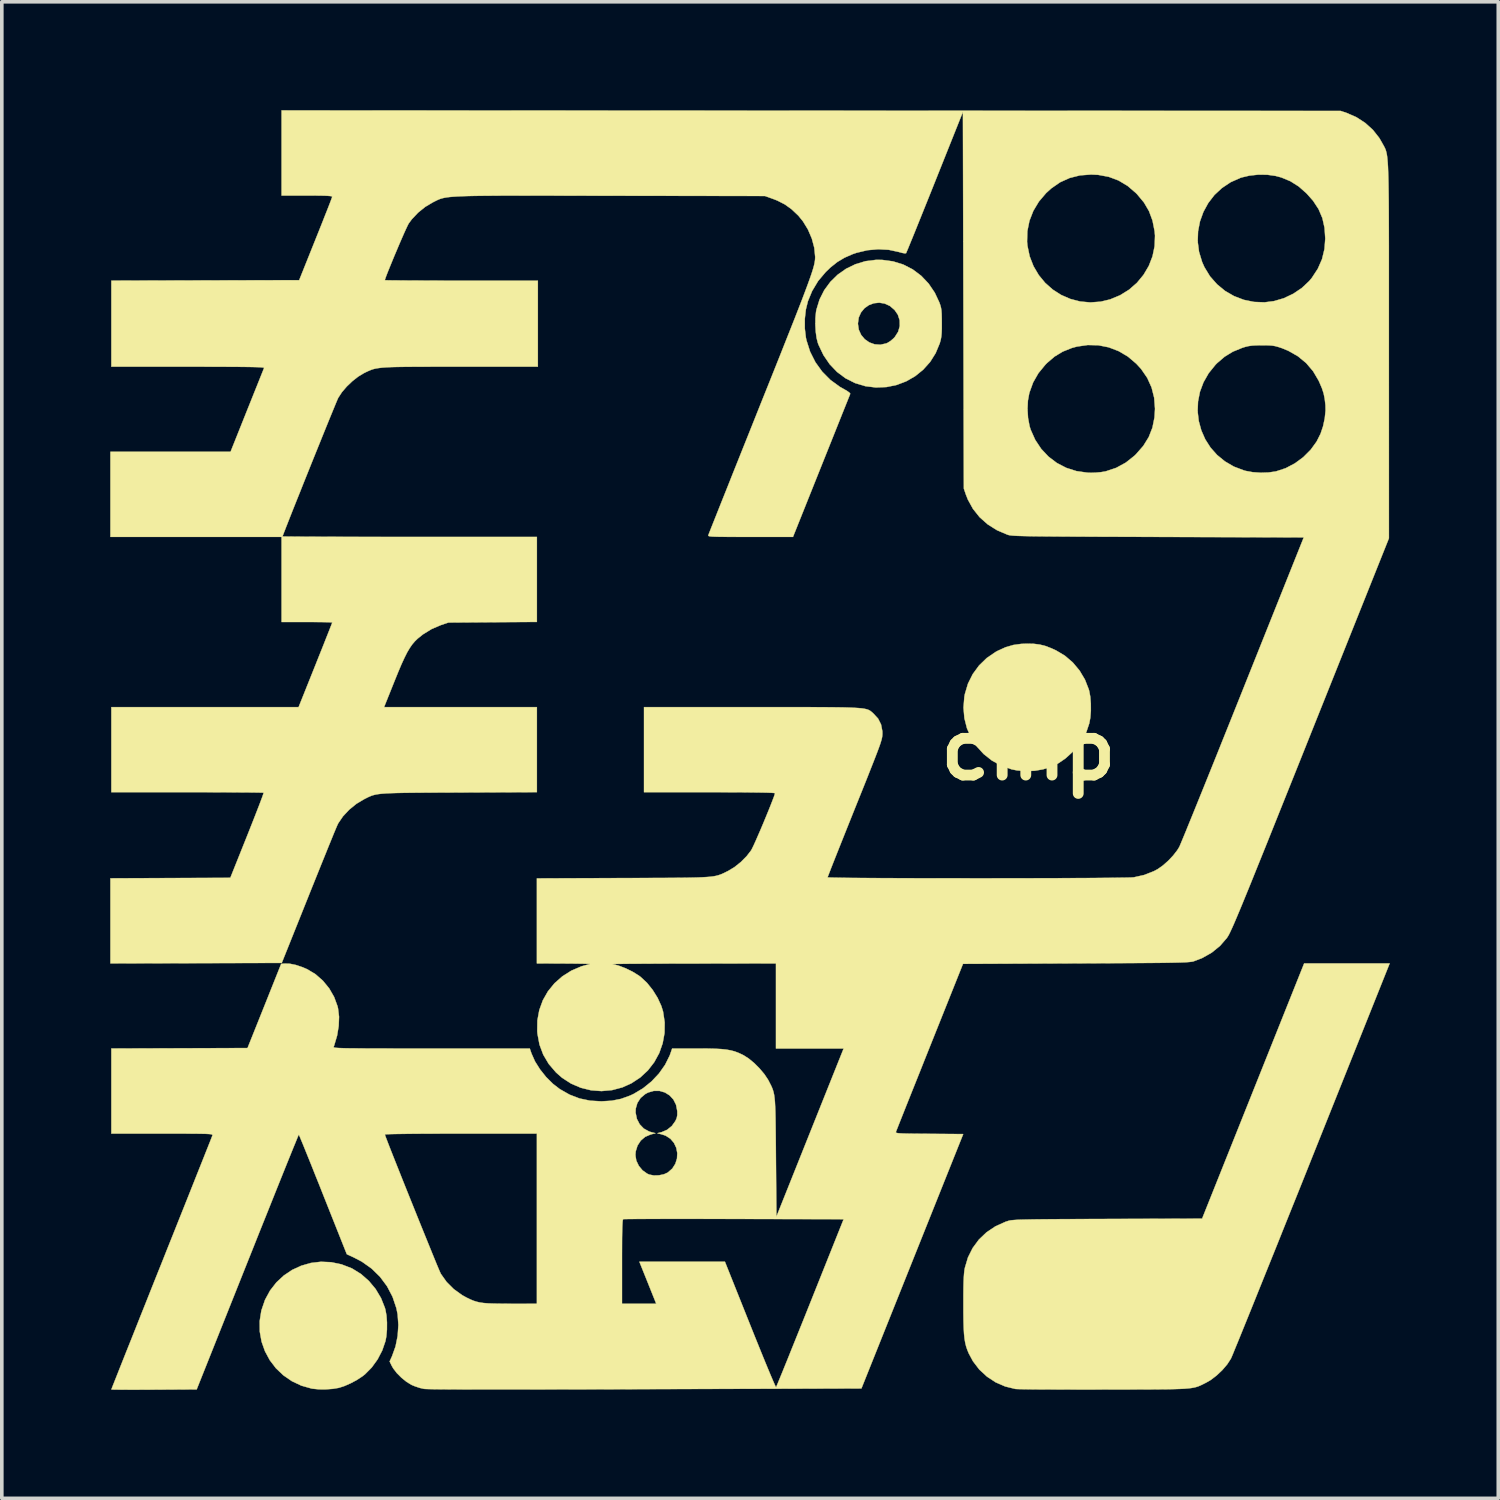
<source format=kicad_pcb>
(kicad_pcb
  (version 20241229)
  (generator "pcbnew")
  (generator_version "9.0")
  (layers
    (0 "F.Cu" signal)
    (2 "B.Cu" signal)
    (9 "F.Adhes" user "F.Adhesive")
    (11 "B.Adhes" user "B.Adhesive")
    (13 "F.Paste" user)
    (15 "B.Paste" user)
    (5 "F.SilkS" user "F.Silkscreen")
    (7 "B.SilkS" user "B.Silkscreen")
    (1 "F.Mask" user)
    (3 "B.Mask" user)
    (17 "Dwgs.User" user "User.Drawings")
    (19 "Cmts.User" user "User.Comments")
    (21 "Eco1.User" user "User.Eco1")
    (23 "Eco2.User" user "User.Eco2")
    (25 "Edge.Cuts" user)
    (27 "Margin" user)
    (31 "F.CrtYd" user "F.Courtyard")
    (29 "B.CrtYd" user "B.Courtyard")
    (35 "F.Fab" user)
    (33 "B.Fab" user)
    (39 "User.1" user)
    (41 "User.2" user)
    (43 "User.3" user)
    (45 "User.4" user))
  (footprint "chip"
    (layer "F.Cu")
    (at 25.405 17.706)
    (property "Reference" "chip" (at 0 0 0) (layer "F.SilkS") (effects (font (size 1.524 1.524) (thickness 0.3))))
    (attr through_hole)
    (fp_poly (pts (xy -19.292 14.168) (xy -19.008 14.227) (xy -18.728 14.335) (xy -18.706 14.346) (xy -18.466 14.495) (xy -18.249 14.686) (xy -18.062 14.91) (xy -17.913 15.16) (xy -17.807 15.426) (xy -17.792 15.478) (xy -17.762 15.641) (xy -17.748 15.834) (xy -17.749 16.035) (xy -17.766 16.224) (xy -17.79 16.351) (xy -17.879 16.61) (xy -18.008 16.857) (xy -18.169 17.08) (xy -18.355 17.268) (xy -18.423 17.322) (xy -18.577 17.424) (xy -18.753 17.518) (xy -18.928 17.595) (xy -19.08 17.644) (xy -19.248 17.672) (xy -19.441 17.686) (xy -19.635 17.685) (xy -19.806 17.668) (xy -19.831 17.664) (xy -20.118 17.583) (xy -20.38 17.459) (xy -20.615 17.297) (xy -20.82 17.102) (xy -20.99 16.879) (xy -21.123 16.632) (xy -21.217 16.367) (xy -21.267 16.088) (xy -21.27 15.8) (xy -21.224 15.509) (xy -21.22 15.495) (xy -21.122 15.209) (xy -20.983 14.953) (xy -20.808 14.728) (xy -20.603 14.537) (xy -20.373 14.382) (xy -20.121 14.266) (xy -19.854 14.189) (xy -19.576 14.156) (xy -19.292 14.168)) (stroke (width 0.01) (type solid)) (fill yes) (layer "F.SilkS"))
    (fp_poly (pts (xy 0.151 -2.942) (xy 0.315 -2.921) (xy 0.471 -2.882) (xy 0.637 -2.818) (xy 0.762 -2.761) (xy 1.007 -2.615) (xy 1.227 -2.427) (xy 1.414 -2.204) (xy 1.564 -1.953) (xy 1.67 -1.682) (xy 1.682 -1.64) (xy 1.712 -1.479) (xy 1.727 -1.287) (xy 1.728 -1.087) (xy 1.713 -0.897) (xy 1.684 -0.741) (xy 1.601 -0.494) (xy 1.486 -0.274) (xy 1.332 -0.068) (xy 1.218 0.054) (xy 1.02 0.233) (xy 0.822 0.367) (xy 0.609 0.467) (xy 0.407 0.53) (xy 0.176 0.57) (xy -0.073 0.58) (xy -0.317 0.56) (xy -0.466 0.53) (xy -0.753 0.429) (xy -1.012 0.286) (xy -1.238 0.107) (xy -1.431 -0.105) (xy -1.585 -0.344) (xy -1.7 -0.605) (xy -1.771 -0.884) (xy -1.796 -1.176) (xy -1.772 -1.477) (xy -1.758 -1.552) (xy -1.672 -1.84) (xy -1.54 -2.105) (xy -1.365 -2.343) (xy -1.152 -2.55) (xy -0.904 -2.719) (xy -0.85 -2.748) (xy -0.633 -2.847) (xy -0.423 -2.909) (xy -0.199 -2.94) (xy -0.04 -2.946) (xy 0.151 -2.942)) (stroke (width 0.01) (type solid)) (fill yes) (layer "F.SilkS"))
    (fp_poly (pts (xy -4.048 -13.565) (xy -3.746 -13.524) (xy -3.462 -13.436) (xy -3.201 -13.302) (xy -2.966 -13.125) (xy -2.762 -12.91) (xy -2.591 -12.658) (xy -2.465 -12.389) (xy -2.438 -12.313) (xy -2.419 -12.243) (xy -2.407 -12.168) (xy -2.4 -12.074) (xy -2.397 -11.95) (xy -2.396 -11.827) (xy -2.396 -11.664) (xy -2.401 -11.54) (xy -2.41 -11.443) (xy -2.425 -11.359) (xy -2.448 -11.276) (xy -2.453 -11.258) (xy -2.566 -10.986) (xy -2.72 -10.741) (xy -2.911 -10.528) (xy -3.132 -10.349) (xy -3.378 -10.207) (xy -3.645 -10.105) (xy -3.927 -10.047) (xy -4.219 -10.035) (xy -4.511 -10.071) (xy -4.797 -10.157) (xy -5.059 -10.289) (xy -5.294 -10.464) (xy -5.499 -10.679) (xy -5.671 -10.931) (xy -5.807 -11.217) (xy -5.827 -11.271) (xy -5.861 -11.406) (xy -5.884 -11.576) (xy -5.895 -11.764) (xy -5.894 -11.8) (xy -4.718 -11.8) (xy -4.694 -11.634) (xy -4.628 -11.489) (xy -4.528 -11.37) (xy -4.4 -11.281) (xy -4.254 -11.229) (xy -4.097 -11.218) (xy -3.937 -11.253) (xy -3.901 -11.268) (xy -3.82 -11.318) (xy -3.735 -11.39) (xy -3.697 -11.43) (xy -3.604 -11.576) (xy -3.559 -11.734) (xy -3.562 -11.894) (xy -3.613 -12.05) (xy -3.703 -12.18) (xy -3.833 -12.291) (xy -3.977 -12.357) (xy -4.127 -12.381) (xy -4.275 -12.366) (xy -4.414 -12.314) (xy -4.535 -12.229) (xy -4.631 -12.113) (xy -4.695 -11.97) (xy -4.718 -11.802) (xy -4.718 -11.8) (xy -5.894 -11.8) (xy -5.893 -11.951) (xy -5.877 -12.121) (xy -5.865 -12.188) (xy -5.779 -12.469) (xy -5.649 -12.727) (xy -5.48 -12.957) (xy -5.277 -13.156) (xy -5.044 -13.32) (xy -4.787 -13.445) (xy -4.51 -13.529) (xy -4.218 -13.566) (xy -4.048 -13.565)) (stroke (width 0.01) (type solid)) (fill yes) (layer "F.SilkS"))
    (fp_poly (pts (xy 7.84 11.291) (xy 7.635 11.805) (xy 7.434 12.306) (xy 7.238 12.793) (xy 7.049 13.264) (xy 6.868 13.717) (xy 6.694 14.148) (xy 6.53 14.555) (xy 6.376 14.937) (xy 6.234 15.291) (xy 6.103 15.615) (xy 5.985 15.906) (xy 5.881 16.162) (xy 5.792 16.381) (xy 5.718 16.56) (xy 5.662 16.698) (xy 5.623 16.791) (xy 5.602 16.838) (xy 5.6 16.841) (xy 5.5 16.995) (xy 5.364 17.154) (xy 5.206 17.303) (xy 5.042 17.428) (xy 4.921 17.498) (xy 4.858 17.53) (xy 4.802 17.558) (xy 4.75 17.582) (xy 4.699 17.603) (xy 4.644 17.621) (xy 4.582 17.636) (xy 4.509 17.649) (xy 4.422 17.659) (xy 4.317 17.668) (xy 4.191 17.674) (xy 4.04 17.679) (xy 3.86 17.683) (xy 3.648 17.685) (xy 3.399 17.687) (xy 3.112 17.688) (xy 2.781 17.689) (xy 2.403 17.689) (xy 2.103 17.69) (xy 1.754 17.691) (xy 1.417 17.691) (xy 1.097 17.69) (xy 0.798 17.689) (xy 0.524 17.688) (xy 0.28 17.687) (xy 0.068 17.685) (xy -0.106 17.682) (xy -0.238 17.68) (xy -0.325 17.677) (xy -0.36 17.675) (xy -0.642 17.606) (xy -0.907 17.491) (xy -1.147 17.333) (xy -1.359 17.137) (xy -1.534 16.908) (xy -1.652 16.688) (xy -1.691 16.593) (xy -1.723 16.499) (xy -1.748 16.398) (xy -1.767 16.283) (xy -1.781 16.148) (xy -1.79 15.987) (xy -1.796 15.791) (xy -1.799 15.555) (xy -1.799 15.333) (xy -1.799 15.081) (xy -1.797 14.876) (xy -1.793 14.71) (xy -1.787 14.578) (xy -1.779 14.471) (xy -1.769 14.385) (xy -1.757 14.321) (xy -1.672 14.035) (xy -1.542 13.775) (xy -1.37 13.542) (xy -1.16 13.342) (xy -0.915 13.177) (xy -0.639 13.052) (xy -0.554 13.024) (xy -0.527 13.017) (xy -0.492 13.01) (xy -0.447 13.005) (xy -0.388 13) (xy -0.313 12.995) (xy -0.219 12.991) (xy -0.101 12.988) (xy 0.043 12.985) (xy 0.217 12.982) (xy 0.423 12.98) (xy 0.665 12.978) (xy 0.946 12.976) (xy 1.269 12.975) (xy 1.638 12.973) (xy 2.056 12.972) (xy 2.198 12.971) (xy 4.806 12.963) (xy 7.63 5.9) (xy 9.996 5.9) (xy 7.84 11.291)) (stroke (width 0.01) (type solid)) (fill yes) (layer "F.SilkS"))
    (fp_poly (pts (xy -6.013 -17.694) (xy 8.639 -17.687) (xy 8.811 -17.629) (xy 9.077 -17.512) (xy 9.32 -17.354) (xy 9.533 -17.161) (xy 9.708 -16.939) (xy 9.784 -16.808) (xy 9.806 -16.767) (xy 9.827 -16.731) (xy 9.845 -16.697) (xy 9.862 -16.664) (xy 9.878 -16.628) (xy 9.892 -16.589) (xy 9.904 -16.543) (xy 9.916 -16.488) (xy 9.926 -16.423) (xy 9.934 -16.344) (xy 9.942 -16.25) (xy 9.949 -16.138) (xy 9.954 -16.006) (xy 9.959 -15.852) (xy 9.963 -15.673) (xy 9.966 -15.467) (xy 9.969 -15.233) (xy 9.971 -14.967) (xy 9.972 -14.668) (xy 9.973 -14.333) (xy 9.974 -13.96) (xy 9.974 -13.547) (xy 9.974 -13.091) (xy 9.974 -12.591) (xy 9.974 -12.043) (xy 9.974 -11.446) (xy 9.974 -11.06) (xy 9.975 -5.862) (xy 7.802 -0.429) (xy 7.557 0.184) (xy 7.33 0.751) (xy 7.121 1.272) (xy 6.93 1.749) (xy 6.755 2.186) (xy 6.596 2.583) (xy 6.451 2.942) (xy 6.32 3.266) (xy 6.203 3.557) (xy 6.098 3.816) (xy 6.004 4.045) (xy 5.922 4.246) (xy 5.849 4.422) (xy 5.785 4.574) (xy 5.73 4.704) (xy 5.683 4.814) (xy 5.642 4.906) (xy 5.607 4.982) (xy 5.578 5.044) (xy 5.553 5.094) (xy 5.531 5.134) (xy 5.512 5.165) (xy 5.495 5.19) (xy 5.494 5.193) (xy 5.303 5.414) (xy 5.074 5.601) (xy 4.814 5.749) (xy 4.576 5.841) (xy 4.551 5.848) (xy 4.518 5.854) (xy 4.476 5.859) (xy 4.422 5.864) (xy 4.352 5.869) (xy 4.264 5.873) (xy 4.155 5.876) (xy 4.022 5.879) (xy 3.861 5.882) (xy 3.671 5.885) (xy 3.447 5.887) (xy 3.188 5.889) (xy 2.891 5.891) (xy 2.551 5.893) (xy 2.167 5.895) (xy 1.736 5.897) (xy 1.311 5.899) (xy -1.81 5.913) (xy -2.731 8.215) (xy -2.864 8.548) (xy -2.991 8.868) (xy -3.112 9.17) (xy -3.225 9.452) (xy -3.328 9.71) (xy -3.42 9.941) (xy -3.499 10.14) (xy -3.565 10.306) (xy -3.615 10.433) (xy -3.649 10.519) (xy -3.665 10.56) (xy -3.666 10.563) (xy -3.667 10.575) (xy -3.659 10.585) (xy -3.635 10.593) (xy -3.592 10.599) (xy -3.524 10.604) (xy -3.426 10.608) (xy -3.293 10.611) (xy -3.121 10.613) (xy -2.904 10.615) (xy -2.743 10.616) (xy -1.804 10.623) (xy -3.212 14.142) (xy -4.62 17.661) (xy -10.585 17.68) (xy -11.359 17.683) (xy -12.081 17.685) (xy -12.75 17.686) (xy -13.367 17.687) (xy -13.931 17.688) (xy -14.443 17.688) (xy -14.903 17.688) (xy -15.311 17.688) (xy -15.667 17.687) (xy -15.971 17.686) (xy -16.224 17.684) (xy -16.426 17.682) (xy -16.576 17.679) (xy -16.674 17.676) (xy -16.722 17.673) (xy -16.84 17.646) (xy -16.972 17.602) (xy -17.066 17.563) (xy -17.205 17.479) (xy -17.346 17.365) (xy -17.475 17.236) (xy -17.576 17.104) (xy -17.615 17.036) (xy -17.674 16.914) (xy -17.608 16.769) (xy -17.511 16.499) (xy -17.452 16.206) (xy -17.432 15.905) (xy -17.453 15.611) (xy -17.488 15.438) (xy -17.594 15.123) (xy -17.746 14.833) (xy -17.94 14.572) (xy -18.173 14.344) (xy -18.442 14.153) (xy -18.666 14.036) (xy -18.859 13.947) (xy -19.517 12.293) (xy -19.628 12.012) (xy -19.735 11.747) (xy -19.833 11.5) (xy -19.923 11.277) (xy -20.003 11.08) (xy -20.07 10.914) (xy -20.124 10.784) (xy -20.162 10.692) (xy -20.184 10.644) (xy -20.188 10.637) (xy -20.199 10.661) (xy -20.229 10.732) (xy -20.275 10.846) (xy -20.339 11.001) (xy -20.417 11.194) (xy -20.51 11.423) (xy -20.615 11.684) (xy -20.732 11.975) (xy -20.86 12.294) (xy -20.997 12.637) (xy -21.143 13.001) (xy -21.297 13.385) (xy -21.456 13.785) (xy -21.607 14.162) (xy -23.013 17.687) (xy -24.193 17.694) (xy -24.438 17.695) (xy -24.665 17.696) (xy -24.869 17.696) (xy -25.046 17.695) (xy -25.191 17.694) (xy -25.296 17.693) (xy -25.359 17.69) (xy -25.374 17.688) (xy -25.364 17.663) (xy -25.336 17.591) (xy -25.29 17.475) (xy -25.228 17.319) (xy -25.151 17.124) (xy -25.06 16.895) (xy -24.956 16.633) (xy -24.839 16.341) (xy -24.712 16.022) (xy -24.576 15.679) (xy -24.43 15.314) (xy -24.278 14.931) (xy -24.119 14.532) (xy -23.981 14.189) (xy -23.818 13.778) (xy -23.659 13.381) (xy -23.507 12.999) (xy -23.362 12.636) (xy -23.226 12.295) (xy -23.1 11.978) (xy -22.985 11.688) (xy -22.881 11.428) (xy -22.791 11.201) (xy -22.715 11.01) (xy -22.654 10.857) (xy -22.61 10.745) (xy -22.584 10.677) (xy -22.576 10.656) (xy -22.576 10.646) (xy -22.583 10.637) (xy -22.591 10.634) (xy -17.806 10.634) (xy -17.797 10.665) (xy -17.769 10.74) (xy -17.725 10.855) (xy -17.667 11.005) (xy -17.596 11.185) (xy -17.514 11.392) (xy -17.423 11.62) (xy -17.326 11.865) (xy -17.223 12.122) (xy -17.117 12.386) (xy -17.009 12.654) (xy -16.902 12.92) (xy -16.797 13.18) (xy -16.696 13.429) (xy -16.601 13.663) (xy -16.514 13.877) (xy -16.437 14.066) (xy -16.371 14.227) (xy -16.318 14.353) (xy -16.28 14.441) (xy -16.259 14.486) (xy -16.258 14.489) (xy -16.099 14.713) (xy -15.899 14.913) (xy -15.669 15.079) (xy -15.544 15.148) (xy -15.447 15.195) (xy -15.359 15.232) (xy -15.273 15.26) (xy -15.181 15.282) (xy -15.076 15.297) (xy -14.949 15.307) (xy -14.793 15.313) (xy -14.6 15.316) (xy -14.363 15.318) (xy -14.334 15.318) (xy -13.6 15.319) (xy -13.6 14.154) (xy -11.245 14.154) (xy -11.245 15.319) (xy -10.297 15.319) (xy -10.53 14.737) (xy -10.764 14.155) (xy -8.397 14.155) (xy -7.699 15.902) (xy -7.584 16.189) (xy -7.474 16.461) (xy -7.371 16.715) (xy -7.277 16.945) (xy -7.193 17.148) (xy -7.121 17.32) (xy -7.062 17.458) (xy -7.018 17.558) (xy -6.991 17.615) (xy -6.982 17.628) (xy -6.97 17.601) (xy -6.939 17.528) (xy -6.892 17.413) (xy -6.829 17.26) (xy -6.752 17.07) (xy -6.662 16.849) (xy -6.562 16.599) (xy -6.451 16.324) (xy -6.332 16.028) (xy -6.205 15.713) (xy -6.073 15.383) (xy -6.037 15.293) (xy -5.112 12.978) (xy -8.145 12.971) (xy -8.542 12.97) (xy -8.924 12.97) (xy -9.288 12.969) (xy -9.631 12.969) (xy -9.949 12.969) (xy -10.239 12.97) (xy -10.498 12.97) (xy -10.723 12.971) (xy -10.909 12.972) (xy -11.053 12.973) (xy -11.153 12.975) (xy -11.205 12.976) (xy -11.212 12.977) (xy -11.22 12.991) (xy -11.227 13.03) (xy -11.232 13.096) (xy -11.237 13.195) (xy -11.24 13.329) (xy -11.243 13.502) (xy -11.244 13.719) (xy -11.245 13.982) (xy -11.245 14.154) (xy -13.6 14.154) (xy -13.6 11.208) (xy -10.874 11.208) (xy -10.849 11.358) (xy -10.78 11.502) (xy -10.677 11.626) (xy -10.548 11.718) (xy -10.491 11.743) (xy -10.366 11.768) (xy -10.223 11.764) (xy -10.084 11.735) (xy -9.978 11.687) (xy -9.853 11.577) (xy -9.769 11.445) (xy -9.723 11.299) (xy -9.715 11.149) (xy -9.743 11.002) (xy -9.807 10.867) (xy -9.904 10.753) (xy -10.034 10.668) (xy -10.13 10.635) (xy -10.267 10.599) (xy -10.147 10.569) (xy -9.997 10.505) (xy -9.866 10.399) (xy -9.769 10.264) (xy -9.731 10.18) (xy -9.715 10.098) (xy -9.715 9.993) (xy -9.716 9.984) (xy -9.749 9.813) (xy -9.822 9.667) (xy -9.928 9.552) (xy -10.058 9.471) (xy -10.205 9.428) (xy -10.362 9.427) (xy -10.521 9.472) (xy -10.6 9.514) (xy -10.729 9.622) (xy -10.819 9.76) (xy -10.865 9.918) (xy -10.869 10.029) (xy -10.833 10.204) (xy -10.755 10.353) (xy -10.641 10.471) (xy -10.495 10.551) (xy -10.438 10.569) (xy -10.317 10.599) (xy -10.455 10.635) (xy -10.604 10.699) (xy -10.726 10.803) (xy -10.815 10.94) (xy -10.865 11.1) (xy -10.874 11.208) (xy -13.6 11.208) (xy -13.6 10.61) (xy -15.703 10.61) (xy -16.086 10.61) (xy -16.436 10.611) (xy -16.753 10.612) (xy -17.032 10.614) (xy -17.273 10.617) (xy -17.472 10.62) (xy -17.627 10.623) (xy -17.735 10.627) (xy -17.795 10.631) (xy -17.806 10.634) (xy -22.591 10.634) (xy -22.603 10.63) (xy -22.638 10.624) (xy -22.695 10.62) (xy -22.775 10.616) (xy -22.885 10.614) (xy -23.027 10.612) (xy -23.206 10.611) (xy -23.425 10.61) (xy -23.691 10.61) (xy -23.968 10.61) (xy -25.374 10.61) (xy -25.374 8.255) (xy -23.49 8.249) (xy -21.606 8.242) (xy -21.14 7.078) (xy -20.675 5.913) (xy -20.583 5.905) (xy -20.44 5.909) (xy -20.268 5.944) (xy -20.081 6.007) (xy -19.952 6.063) (xy -19.724 6.201) (xy -19.52 6.38) (xy -19.346 6.593) (xy -19.21 6.83) (xy -19.117 7.083) (xy -19.102 7.146) (xy -19.074 7.377) (xy -19.084 7.632) (xy -19.128 7.899) (xy -19.207 8.166) (xy -19.223 8.209) (xy -19.224 8.216) (xy -19.218 8.223) (xy -19.204 8.229) (xy -19.176 8.234) (xy -19.134 8.238) (xy -19.073 8.242) (xy -18.991 8.245) (xy -18.885 8.248) (xy -18.752 8.25) (xy -18.588 8.251) (xy -18.391 8.253) (xy -18.158 8.254) (xy -17.886 8.254) (xy -17.572 8.255) (xy -17.213 8.255) (xy -16.806 8.255) (xy -16.519 8.255) (xy -13.797 8.255) (xy -13.749 8.394) (xy -13.652 8.612) (xy -13.513 8.833) (xy -13.345 9.044) (xy -13.156 9.232) (xy -12.968 9.377) (xy -12.696 9.532) (xy -12.419 9.638) (xy -12.126 9.699) (xy -11.814 9.717) (xy -11.53 9.7) (xy -11.273 9.649) (xy -11.024 9.559) (xy -10.921 9.511) (xy -10.664 9.357) (xy -10.428 9.166) (xy -10.222 8.947) (xy -10.053 8.707) (xy -9.927 8.454) (xy -9.905 8.394) (xy -9.857 8.255) (xy -9.153 8.255) (xy -8.895 8.256) (xy -8.682 8.261) (xy -8.507 8.27) (xy -8.361 8.285) (xy -8.237 8.307) (xy -8.126 8.336) (xy -8.023 8.375) (xy -7.917 8.424) (xy -7.876 8.445) (xy -7.735 8.536) (xy -7.584 8.661) (xy -7.438 8.808) (xy -7.308 8.962) (xy -7.208 9.111) (xy -7.191 9.141) (xy -7.154 9.214) (xy -7.121 9.278) (xy -7.094 9.337) (xy -7.071 9.397) (xy -7.052 9.462) (xy -7.036 9.535) (xy -7.024 9.623) (xy -7.014 9.728) (xy -7.007 9.856) (xy -7.001 10.012) (xy -6.997 10.198) (xy -6.994 10.421) (xy -6.991 10.685) (xy -6.988 10.993) (xy -6.986 11.262) (xy -6.972 12.906) (xy -6.042 10.58) (xy -5.112 8.255) (xy -6.985 8.255) (xy -6.985 5.9) (xy -9.28 5.904) (xy -9.622 5.904) (xy -9.947 5.905) (xy -10.251 5.906) (xy -10.531 5.908) (xy -10.783 5.909) (xy -11.004 5.91) (xy -11.19 5.912) (xy -11.336 5.914) (xy -11.441 5.915) (xy -11.499 5.917) (xy -11.509 5.918) (xy -11.336 5.963) (xy -11.144 6.036) (xy -10.953 6.13) (xy -10.781 6.236) (xy -10.729 6.275) (xy -10.555 6.437) (xy -10.396 6.635) (xy -10.26 6.853) (xy -10.157 7.078) (xy -10.109 7.232) (xy -10.064 7.531) (xy -10.068 7.826) (xy -10.12 8.111) (xy -10.215 8.382) (xy -10.353 8.634) (xy -10.528 8.86) (xy -10.74 9.057) (xy -10.985 9.218) (xy -11.23 9.329) (xy -11.518 9.406) (xy -11.811 9.433) (xy -12.102 9.411) (xy -12.385 9.341) (xy -12.654 9.226) (xy -12.903 9.065) (xy -13.071 8.917) (xy -13.272 8.682) (xy -13.424 8.425) (xy -13.528 8.147) (xy -13.584 7.846) (xy -13.59 7.779) (xy -13.586 7.478) (xy -13.533 7.191) (xy -13.435 6.921) (xy -13.294 6.673) (xy -13.114 6.452) (xy -12.897 6.26) (xy -12.648 6.102) (xy -12.369 5.982) (xy -12.131 5.917) (xy -12.143 5.914) (xy -12.201 5.912) (xy -12.301 5.909) (xy -12.435 5.907) (xy -12.598 5.905) (xy -12.784 5.904) (xy -12.839 5.903) (xy -13.6 5.9) (xy -13.6 3.548) (xy -11.212 3.539) (xy -10.792 3.538) (xy -10.421 3.536) (xy -10.096 3.535) (xy -9.813 3.533) (xy -9.569 3.531) (xy -9.36 3.528) (xy -9.183 3.524) (xy -9.034 3.518) (xy -8.909 3.511) (xy -8.806 3.503) (xy -8.719 3.492) (xy -8.647 3.479) (xy -8.585 3.463) (xy -8.53 3.445) (xy -8.477 3.424) (xy -8.425 3.4) (xy -8.369 3.372) (xy -8.313 3.345) (xy -8.135 3.238) (xy -7.957 3.096) (xy -7.796 2.934) (xy -7.671 2.772) (xy -7.643 2.719) (xy -7.599 2.627) (xy -7.543 2.504) (xy -7.479 2.357) (xy -7.408 2.194) (xy -7.335 2.021) (xy -7.263 1.847) (xy -7.194 1.679) (xy -7.132 1.524) (xy -7.08 1.39) (xy -7.04 1.285) (xy -7.017 1.215) (xy -7.011 1.191) (xy -7.038 1.185) (xy -7.116 1.18) (xy -7.247 1.175) (xy -7.428 1.172) (xy -7.66 1.169) (xy -7.942 1.166) (xy -8.273 1.165) (xy -8.653 1.164) (xy -8.824 1.164) (xy -10.636 1.164) (xy -10.636 -1.191) (xy -7.651 -1.191) (xy -7.177 -1.191) (xy -6.752 -1.191) (xy -6.375 -1.191) (xy -6.041 -1.19) (xy -5.749 -1.189) (xy -5.495 -1.187) (xy -5.276 -1.185) (xy -5.089 -1.182) (xy -4.932 -1.177) (xy -4.8 -1.171) (xy -4.693 -1.164) (xy -4.605 -1.156) (xy -4.535 -1.145) (xy -4.48 -1.133) (xy -4.436 -1.119) (xy -4.4 -1.102) (xy -4.371 -1.084) (xy -4.343 -1.062) (xy -4.316 -1.039) (xy -4.291 -1.016) (xy -4.159 -0.873) (xy -4.077 -0.71) (xy -4.041 -0.523) (xy -4.04 -0.463) (xy -4.041 -0.427) (xy -4.044 -0.391) (xy -4.05 -0.351) (xy -4.06 -0.304) (xy -4.077 -0.245) (xy -4.1 -0.172) (xy -4.132 -0.081) (xy -4.174 0.032) (xy -4.227 0.17) (xy -4.292 0.337) (xy -4.371 0.537) (xy -4.464 0.773) (xy -4.574 1.048) (xy -4.702 1.366) (xy -4.799 1.607) (xy -4.919 1.907) (xy -5.034 2.194) (xy -5.141 2.462) (xy -5.239 2.708) (xy -5.327 2.929) (xy -5.403 3.121) (xy -5.465 3.279) (xy -5.512 3.401) (xy -5.543 3.481) (xy -5.556 3.518) (xy -5.556 3.519) (xy -5.53 3.522) (xy -5.455 3.526) (xy -5.333 3.528) (xy -5.169 3.531) (xy -4.966 3.534) (xy -4.727 3.536) (xy -4.455 3.538) (xy -4.154 3.54) (xy -3.828 3.541) (xy -3.479 3.543) (xy -3.112 3.544) (xy -2.729 3.544) (xy -2.335 3.545) (xy -1.931 3.545) (xy -1.523 3.546) (xy -1.113 3.546) (xy -0.705 3.545) (xy -0.301 3.545) (xy 0.093 3.544) (xy 0.476 3.543) (xy 0.844 3.542) (xy 1.192 3.54) (xy 1.519 3.539) (xy 1.82 3.537) (xy 2.092 3.534) (xy 2.331 3.532) (xy 2.535 3.529) (xy 2.7 3.527) (xy 2.822 3.524) (xy 2.897 3.52) (xy 2.918 3.518) (xy 3.204 3.454) (xy 3.471 3.349) (xy 3.585 3.287) (xy 3.725 3.188) (xy 3.87 3.059) (xy 4.005 2.916) (xy 4.117 2.772) (xy 4.172 2.683) (xy 4.191 2.642) (xy 4.228 2.554) (xy 4.283 2.422) (xy 4.354 2.25) (xy 4.44 2.038) (xy 4.541 1.791) (xy 4.655 1.51) (xy 4.781 1.199) (xy 4.918 0.86) (xy 5.065 0.495) (xy 5.221 0.108) (xy 5.384 -0.3) (xy 5.555 -0.725) (xy 5.731 -1.165) (xy 5.912 -1.617) (xy 5.937 -1.68) (xy 7.619 -5.887) (xy 3.591 -5.9) (xy 3.051 -5.902) (xy 2.561 -5.904) (xy 2.118 -5.905) (xy 1.721 -5.907) (xy 1.366 -5.909) (xy 1.052 -5.91) (xy 0.775 -5.912) (xy 0.533 -5.914) (xy 0.323 -5.916) (xy 0.144 -5.918) (xy -0.009 -5.921) (xy -0.137 -5.924) (xy -0.242 -5.927) (xy -0.328 -5.93) (xy -0.397 -5.934) (xy -0.451 -5.938) (xy -0.494 -5.943) (xy -0.527 -5.948) (xy -0.553 -5.954) (xy -0.575 -5.961) (xy -0.582 -5.963) (xy -0.87 -6.086) (xy -1.127 -6.248) (xy -1.35 -6.446) (xy -1.534 -6.677) (xy -1.676 -6.935) (xy -1.729 -7.07) (xy -1.786 -7.236) (xy -1.792 -9.433) (xy -0.025 -9.433) (xy -0.01 -9.191) (xy 0.032 -8.966) (xy 0.062 -8.868) (xy 0.188 -8.586) (xy 0.354 -8.336) (xy 0.555 -8.122) (xy 0.787 -7.946) (xy 1.047 -7.811) (xy 1.329 -7.721) (xy 1.63 -7.678) (xy 1.731 -7.674) (xy 1.867 -7.679) (xy 2.008 -7.692) (xy 2.127 -7.712) (xy 2.141 -7.715) (xy 2.429 -7.811) (xy 2.693 -7.955) (xy 2.933 -8.145) (xy 2.977 -8.188) (xy 3.179 -8.419) (xy 3.33 -8.663) (xy 3.432 -8.924) (xy 3.489 -9.208) (xy 3.499 -9.376) (xy 4.682 -9.376) (xy 4.713 -9.108) (xy 4.784 -8.848) (xy 4.892 -8.602) (xy 5.038 -8.373) (xy 5.22 -8.168) (xy 5.436 -7.991) (xy 5.684 -7.846) (xy 5.964 -7.74) (xy 6.015 -7.726) (xy 6.208 -7.691) (xy 6.425 -7.676) (xy 6.644 -7.683) (xy 6.839 -7.711) (xy 6.853 -7.714) (xy 7.12 -7.802) (xy 7.374 -7.936) (xy 7.606 -8.107) (xy 7.809 -8.31) (xy 7.975 -8.539) (xy 8.084 -8.756) (xy 8.153 -8.962) (xy 8.2 -9.182) (xy 8.222 -9.396) (xy 8.219 -9.544) (xy 8.199 -9.719) (xy 8.169 -9.869) (xy 8.122 -10.014) (xy 8.053 -10.175) (xy 8.03 -10.226) (xy 7.877 -10.485) (xy 7.685 -10.711) (xy 7.455 -10.9) (xy 7.19 -11.051) (xy 7.015 -11.123) (xy 6.912 -11.157) (xy 6.827 -11.18) (xy 6.744 -11.194) (xy 6.645 -11.201) (xy 6.516 -11.203) (xy 6.456 -11.203) (xy 6.305 -11.201) (xy 6.19 -11.194) (xy 6.096 -11.181) (xy 6.005 -11.16) (xy 5.913 -11.131) (xy 5.655 -11.025) (xy 5.428 -10.886) (xy 5.218 -10.706) (xy 5.176 -10.663) (xy 4.987 -10.429) (xy 4.844 -10.178) (xy 4.746 -9.916) (xy 4.693 -9.646) (xy 4.682 -9.376) (xy 3.499 -9.376) (xy 3.503 -9.446) (xy 3.48 -9.751) (xy 3.408 -10.036) (xy 3.288 -10.301) (xy 3.118 -10.548) (xy 2.985 -10.693) (xy 2.753 -10.89) (xy 2.497 -11.041) (xy 2.223 -11.146) (xy 1.936 -11.203) (xy 1.641 -11.21) (xy 1.344 -11.167) (xy 1.204 -11.129) (xy 0.949 -11.027) (xy 0.724 -10.891) (xy 0.515 -10.712) (xy 0.467 -10.663) (xy 0.275 -10.428) (xy 0.13 -10.173) (xy 0.027 -9.889) (xy 0.025 -9.882) (xy -0.014 -9.67) (xy -0.025 -9.433) (xy -1.792 -9.433) (xy -1.799 -12.449) (xy -1.803 -14.067) (xy -0.037 -14.067) (xy -0.027 -13.959) (xy 0.035 -13.663) (xy 0.141 -13.391) (xy 0.286 -13.145) (xy 0.464 -12.929) (xy 0.673 -12.744) (xy 0.906 -12.595) (xy 1.161 -12.484) (xy 1.43 -12.414) (xy 1.712 -12.388) (xy 1.999 -12.409) (xy 2.262 -12.472) (xy 2.538 -12.587) (xy 2.787 -12.742) (xy 3.004 -12.932) (xy 3.186 -13.153) (xy 3.331 -13.398) (xy 3.434 -13.664) (xy 3.492 -13.944) (xy 3.497 -14.073) (xy 4.684 -14.073) (xy 4.721 -13.789) (xy 4.806 -13.508) (xy 4.87 -13.364) (xy 5.025 -13.11) (xy 5.218 -12.891) (xy 5.441 -12.707) (xy 5.69 -12.563) (xy 5.959 -12.46) (xy 6.242 -12.402) (xy 6.533 -12.391) (xy 6.794 -12.424) (xy 7.069 -12.505) (xy 7.33 -12.629) (xy 7.567 -12.789) (xy 7.77 -12.98) (xy 7.84 -13.064) (xy 8.008 -13.32) (xy 8.124 -13.585) (xy 8.192 -13.866) (xy 8.214 -14.155) (xy 8.194 -14.453) (xy 8.134 -14.722) (xy 8.029 -14.969) (xy 7.877 -15.201) (xy 7.7 -15.401) (xy 7.48 -15.596) (xy 7.249 -15.742) (xy 6.999 -15.846) (xy 6.838 -15.889) (xy 6.609 -15.921) (xy 6.361 -15.924) (xy 6.115 -15.897) (xy 5.891 -15.844) (xy 5.868 -15.836) (xy 5.596 -15.715) (xy 5.356 -15.555) (xy 5.148 -15.362) (xy 4.976 -15.139) (xy 4.842 -14.894) (xy 4.747 -14.631) (xy 4.694 -14.356) (xy 4.684 -14.073) (xy 3.497 -14.073) (xy 3.503 -14.234) (xy 3.492 -14.36) (xy 3.434 -14.653) (xy 3.337 -14.915) (xy 3.197 -15.154) (xy 3.009 -15.38) (xy 2.977 -15.413) (xy 2.744 -15.613) (xy 2.493 -15.763) (xy 2.222 -15.864) (xy 1.929 -15.918) (xy 1.733 -15.927) (xy 1.426 -15.904) (xy 1.141 -15.832) (xy 0.877 -15.713) (xy 0.633 -15.544) (xy 0.489 -15.413) (xy 0.29 -15.179) (xy 0.136 -14.922) (xy 0.029 -14.648) (xy -0.029 -14.361) (xy -0.037 -14.067) (xy -1.803 -14.067) (xy -1.812 -17.661) (xy -2.589 -15.716) (xy -2.711 -15.411) (xy -2.828 -15.12) (xy -2.938 -14.847) (xy -3.039 -14.596) (xy -3.13 -14.37) (xy -3.21 -14.173) (xy -3.277 -14.01) (xy -3.329 -13.882) (xy -3.366 -13.796) (xy -3.384 -13.753) (xy -3.386 -13.75) (xy -3.42 -13.746) (xy -3.489 -13.758) (xy -3.579 -13.782) (xy -3.588 -13.785) (xy -3.863 -13.844) (xy -4.156 -13.86) (xy -4.456 -13.833) (xy -4.754 -13.762) (xy -4.865 -13.724) (xy -5.088 -13.626) (xy -5.286 -13.508) (xy -5.475 -13.358) (xy -5.609 -13.229) (xy -5.819 -12.98) (xy -5.985 -12.703) (xy -6.101 -12.422) (xy -6.158 -12.191) (xy -6.187 -11.934) (xy -6.187 -11.669) (xy -6.157 -11.415) (xy -6.14 -11.337) (xy -6.04 -11.024) (xy -5.894 -10.734) (xy -5.706 -10.473) (xy -5.48 -10.245) (xy -5.219 -10.054) (xy -5.098 -9.986) (xy -5.013 -9.936) (xy -4.953 -9.893) (xy -4.929 -9.863) (xy -4.93 -9.86) (xy -4.941 -9.831) (xy -4.971 -9.757) (xy -5.017 -9.641) (xy -5.079 -9.487) (xy -5.154 -9.3) (xy -5.241 -9.082) (xy -5.339 -8.837) (xy -5.446 -8.569) (xy -5.561 -8.282) (xy -5.682 -7.98) (xy -5.728 -7.865) (xy -6.514 -5.9) (xy -7.692 -5.9) (xy -7.972 -5.9) (xy -8.205 -5.901) (xy -8.393 -5.902) (xy -8.541 -5.903) (xy -8.655 -5.906) (xy -8.739 -5.909) (xy -8.796 -5.914) (xy -8.832 -5.92) (xy -8.851 -5.927) (xy -8.858 -5.937) (xy -8.857 -5.947) (xy -8.846 -5.976) (xy -8.816 -6.052) (xy -8.769 -6.171) (xy -8.705 -6.332) (xy -8.626 -6.53) (xy -8.533 -6.764) (xy -8.427 -7.03) (xy -8.309 -7.325) (xy -8.181 -7.648) (xy -8.042 -7.995) (xy -7.895 -8.363) (xy -7.74 -8.75) (xy -7.579 -9.153) (xy -7.414 -9.567) (xy -7.211 -10.073) (xy -7.027 -10.533) (xy -6.861 -10.949) (xy -6.713 -11.323) (xy -6.58 -11.658) (xy -6.462 -11.956) (xy -6.359 -12.22) (xy -6.269 -12.452) (xy -6.192 -12.655) (xy -6.126 -12.831) (xy -6.071 -12.982) (xy -6.025 -13.111) (xy -5.988 -13.221) (xy -5.959 -13.314) (xy -5.937 -13.392) (xy -5.921 -13.459) (xy -5.911 -13.515) (xy -5.904 -13.564) (xy -5.901 -13.609) (xy -5.9 -13.649) (xy -5.924 -13.899) (xy -5.992 -14.155) (xy -6.099 -14.405) (xy -6.239 -14.634) (xy -6.367 -14.791) (xy -6.552 -14.966) (xy -6.74 -15.101) (xy -6.95 -15.208) (xy -7.063 -15.252) (xy -7.289 -15.333) (xy -11.562 -15.34) (xy -12.135 -15.341) (xy -12.658 -15.342) (xy -13.132 -15.343) (xy -13.562 -15.343) (xy -13.948 -15.344) (xy -14.294 -15.343) (xy -14.602 -15.343) (xy -14.875 -15.341) (xy -15.115 -15.339) (xy -15.324 -15.336) (xy -15.506 -15.332) (xy -15.663 -15.327) (xy -15.796 -15.321) (xy -15.91 -15.314) (xy -16.005 -15.306) (xy -16.086 -15.296) (xy -16.153 -15.285) (xy -16.21 -15.272) (xy -16.26 -15.258) (xy -16.304 -15.242) (xy -16.346 -15.224) (xy -16.387 -15.204) (xy -16.431 -15.182) (xy -16.478 -15.158) (xy -16.689 -15.033) (xy -16.888 -14.872) (xy -17.06 -14.69) (xy -17.147 -14.572) (xy -17.173 -14.523) (xy -17.215 -14.434) (xy -17.27 -14.314) (xy -17.333 -14.17) (xy -17.403 -14.009) (xy -17.475 -13.838) (xy -17.548 -13.666) (xy -17.617 -13.498) (xy -17.68 -13.344) (xy -17.734 -13.21) (xy -17.775 -13.103) (xy -17.8 -13.031) (xy -17.806 -13.004) (xy -17.781 -13.002) (xy -17.706 -13) (xy -17.586 -12.998) (xy -17.425 -12.997) (xy -17.228 -12.995) (xy -16.997 -12.994) (xy -16.736 -12.993) (xy -16.451 -12.992) (xy -16.145 -12.991) (xy -15.821 -12.991) (xy -15.69 -12.991) (xy -13.573 -12.991) (xy -13.573 -10.61) (xy -15.719 -10.61) (xy -16.12 -10.61) (xy -16.471 -10.61) (xy -16.777 -10.609) (xy -17.042 -10.608) (xy -17.268 -10.606) (xy -17.461 -10.603) (xy -17.623 -10.599) (xy -17.759 -10.593) (xy -17.872 -10.585) (xy -17.965 -10.574) (xy -18.044 -10.562) (xy -18.111 -10.547) (xy -18.17 -10.529) (xy -18.225 -10.507) (xy -18.28 -10.483) (xy -18.339 -10.455) (xy -18.389 -10.43) (xy -18.544 -10.336) (xy -18.706 -10.209) (xy -18.861 -10.061) (xy -18.994 -9.906) (xy -19.092 -9.756) (xy -19.097 -9.748) (xy -19.116 -9.706) (xy -19.152 -9.621) (xy -19.203 -9.497) (xy -19.268 -9.339) (xy -19.345 -9.152) (xy -19.431 -8.94) (xy -19.525 -8.708) (xy -19.625 -8.46) (xy -19.73 -8.201) (xy -19.837 -7.936) (xy -19.944 -7.669) (xy -20.05 -7.405) (xy -20.152 -7.148) (xy -20.25 -6.904) (xy -20.341 -6.676) (xy -20.423 -6.469) (xy -20.494 -6.288) (xy -20.553 -6.137) (xy -20.598 -6.021) (xy -20.627 -5.945) (xy -20.637 -5.913) (xy -20.637 -5.913) (xy -20.612 -5.912) (xy -20.536 -5.91) (xy -20.413 -5.909) (xy -20.247 -5.907) (xy -20.04 -5.906) (xy -19.796 -5.905) (xy -19.517 -5.904) (xy -19.206 -5.903) (xy -18.868 -5.902) (xy -18.504 -5.901) (xy -18.117 -5.901) (xy -17.712 -5.9) (xy -17.291 -5.9) (xy -17.119 -5.9) (xy -13.6 -5.9) (xy -13.6 -3.548) (xy -14.823 -3.54) (xy -16.047 -3.531) (xy -16.261 -3.459) (xy -16.511 -3.352) (xy -16.749 -3.206) (xy -16.903 -3.083) (xy -16.979 -3.008) (xy -17.05 -2.924) (xy -17.119 -2.824) (xy -17.19 -2.704) (xy -17.264 -2.556) (xy -17.347 -2.376) (xy -17.44 -2.156) (xy -17.539 -1.912) (xy -17.828 -1.191) (xy -15.714 -1.191) (xy -13.6 -1.191) (xy -13.6 1.162) (xy -15.749 1.171) (xy -16.148 1.173) (xy -16.497 1.174) (xy -16.801 1.176) (xy -17.063 1.178) (xy -17.287 1.181) (xy -17.478 1.185) (xy -17.637 1.19) (xy -17.771 1.196) (xy -17.881 1.204) (xy -17.972 1.214) (xy -18.048 1.226) (xy -18.112 1.241) (xy -18.168 1.258) (xy -18.22 1.279) (xy -18.272 1.302) (xy -18.327 1.33) (xy -18.375 1.354) (xy -18.592 1.483) (xy -18.791 1.645) (xy -18.963 1.828) (xy -19.095 2.021) (xy -19.109 2.049) (xy -19.128 2.09) (xy -19.165 2.177) (xy -19.218 2.304) (xy -19.285 2.469) (xy -19.366 2.667) (xy -19.457 2.893) (xy -19.559 3.144) (xy -19.668 3.415) (xy -19.784 3.703) (xy -19.905 4.004) (xy -19.912 4.022) (xy -20.659 5.887) (xy -23.029 5.894) (xy -25.4 5.9) (xy -25.4 3.546) (xy -23.741 3.539) (xy -22.082 3.532) (xy -21.614 2.363) (xy -21.521 2.128) (xy -21.434 1.908) (xy -21.356 1.708) (xy -21.288 1.533) (xy -21.233 1.388) (xy -21.192 1.277) (xy -21.168 1.206) (xy -21.161 1.179) (xy -21.161 1.179) (xy -21.189 1.176) (xy -21.266 1.174) (xy -21.388 1.172) (xy -21.551 1.17) (xy -21.75 1.169) (xy -21.983 1.167) (xy -22.244 1.166) (xy -22.53 1.165) (xy -22.837 1.164) (xy -23.161 1.164) (xy -23.275 1.164) (xy -25.374 1.164) (xy -25.374 -1.191) (xy -20.193 -1.191) (xy -19.727 -2.355) (xy -19.634 -2.589) (xy -19.546 -2.808) (xy -19.467 -3.008) (xy -19.398 -3.182) (xy -19.341 -3.326) (xy -19.298 -3.436) (xy -19.271 -3.506) (xy -19.262 -3.532) (xy -19.287 -3.536) (xy -19.358 -3.539) (xy -19.469 -3.542) (xy -19.612 -3.544) (xy -19.78 -3.545) (xy -19.963 -3.545) (xy -20.664 -3.545) (xy -20.664 -5.9) (xy -25.4 -5.9) (xy -25.4 -8.255) (xy -23.738 -8.255) (xy -22.076 -8.255) (xy -21.619 -9.399) (xy -21.525 -9.633) (xy -21.438 -9.851) (xy -21.358 -10.05) (xy -21.288 -10.225) (xy -21.23 -10.37) (xy -21.186 -10.48) (xy -21.158 -10.551) (xy -21.148 -10.577) (xy -21.155 -10.583) (xy -21.184 -10.588) (xy -21.237 -10.593) (xy -21.317 -10.597) (xy -21.428 -10.6) (xy -21.572 -10.603) (xy -21.751 -10.605) (xy -21.969 -10.607) (xy -22.229 -10.608) (xy -22.534 -10.609) (xy -22.886 -10.61) (xy -23.254 -10.61) (xy -25.374 -10.61) (xy -25.374 -12.991) (xy -20.177 -13.004) (xy -19.721 -14.142) (xy -19.628 -14.374) (xy -19.541 -14.592) (xy -19.463 -14.791) (xy -19.394 -14.964) (xy -19.338 -15.108) (xy -19.296 -15.218) (xy -19.271 -15.288) (xy -19.263 -15.313) (xy -19.274 -15.323) (xy -19.312 -15.331) (xy -19.38 -15.337) (xy -19.484 -15.342) (xy -19.629 -15.344) (xy -19.819 -15.346) (xy -19.963 -15.346) (xy -20.664 -15.346) (xy -20.664 -17.701) (xy -6.013 -17.694)) (stroke (width 0.01) (type solid)) (fill yes) (layer "F.SilkS")))
  (gr_rect
    (start -3 -3)
    (end 38.406 38.407)
    (stroke (width 0.1) (type default))
    (fill no)
    (layer "Edge.Cuts")))
</source>
